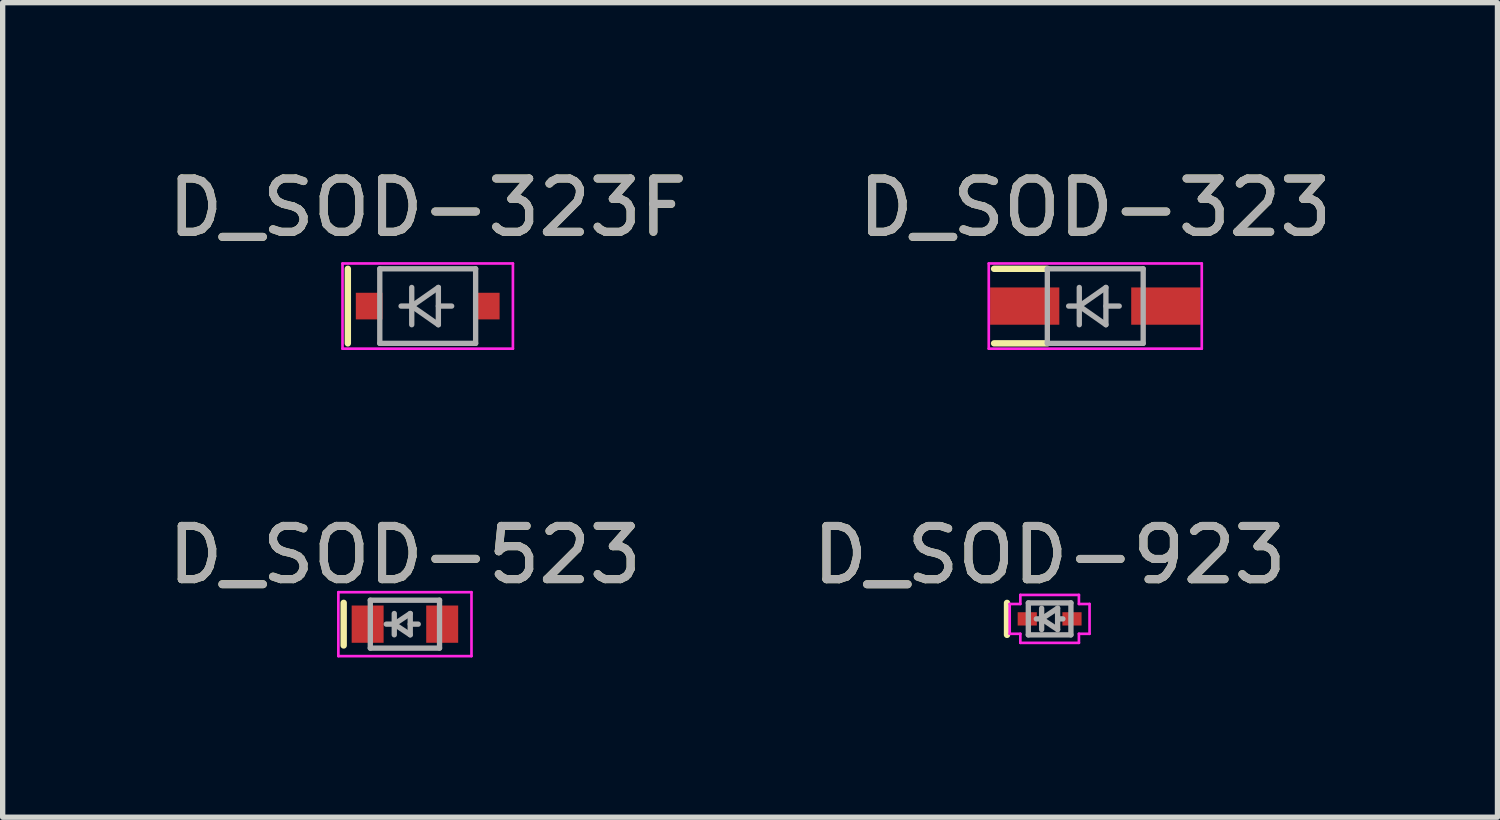
<source format=kicad_pcb>
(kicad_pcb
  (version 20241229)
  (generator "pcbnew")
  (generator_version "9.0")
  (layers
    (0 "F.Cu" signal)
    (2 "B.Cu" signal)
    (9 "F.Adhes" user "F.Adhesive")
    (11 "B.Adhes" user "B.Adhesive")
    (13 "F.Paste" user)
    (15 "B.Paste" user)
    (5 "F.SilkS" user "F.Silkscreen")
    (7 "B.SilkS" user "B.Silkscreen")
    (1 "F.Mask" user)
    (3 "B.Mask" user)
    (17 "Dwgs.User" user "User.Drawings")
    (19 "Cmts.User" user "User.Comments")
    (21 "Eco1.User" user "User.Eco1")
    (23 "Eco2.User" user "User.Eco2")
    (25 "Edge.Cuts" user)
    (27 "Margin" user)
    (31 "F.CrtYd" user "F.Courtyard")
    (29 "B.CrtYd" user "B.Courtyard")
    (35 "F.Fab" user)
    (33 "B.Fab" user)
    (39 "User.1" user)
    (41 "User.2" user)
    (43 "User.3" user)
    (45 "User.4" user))
  (footprint "D_SOD-523"
    (layer "F.Cu")
    (at 4.554 8.671)
    (property "Reference" "D_SOD-523" (at 0 -1.3 0) (layer "F.SilkS") (effects (font (size 1 1) (thickness 0.15))))
    (attr smd)
    (fp_line (start -1.15 -0.4) (end -1.15 0.4) (stroke (width 0.12) (type solid)) (layer "F.SilkS"))
    (fp_line (start -1.25 -0.6) (end 1.25 -0.6) (stroke (width 0.05) (type solid)) (layer "F.CrtYd"))
    (fp_line (start -1.25 0.6) (end -1.25 -0.6) (stroke (width 0.05) (type solid)) (layer "F.CrtYd"))
    (fp_line (start 1.25 -0.6) (end 1.25 0.6) (stroke (width 0.05) (type solid)) (layer "F.CrtYd"))
    (fp_line (start 1.25 0.6) (end -1.25 0.6) (stroke (width 0.05) (type solid)) (layer "F.CrtYd"))
    (fp_line (start -0.65 -0.45) (end 0.65 -0.45) (stroke (width 0.1) (type solid)) (layer "F.Fab"))
    (fp_line (start -0.65 0.45) (end -0.65 -0.45) (stroke (width 0.1) (type solid)) (layer "F.Fab"))
    (fp_line (start -0.2 0) (end -0.35 0) (stroke (width 0.1) (type solid)) (layer "F.Fab"))
    (fp_line (start -0.2 0) (end 0.1 0.2) (stroke (width 0.1) (type solid)) (layer "F.Fab"))
    (fp_line (start -0.2 0.2) (end -0.2 -0.2) (stroke (width 0.1) (type solid)) (layer "F.Fab"))
    (fp_line (start 0.1 -0.2) (end -0.2 0) (stroke (width 0.1) (type solid)) (layer "F.Fab"))
    (fp_line (start 0.1 0) (end 0.25 0) (stroke (width 0.1) (type solid)) (layer "F.Fab"))
    (fp_line (start 0.1 0.2) (end 0.1 -0.2) (stroke (width 0.1) (type solid)) (layer "F.Fab"))
    (fp_line (start 0.65 -0.45) (end 0.65 0.45) (stroke (width 0.1) (type solid)) (layer "F.Fab"))
    (fp_line (start 0.65 0.45) (end -0.65 0.45) (stroke (width 0.1) (type solid)) (layer "F.Fab"))
    (fp_text user "${REFERENCE}" (at 0 -1.3 0) (layer "F.Fab") (effects (font (size 1 1) (thickness 0.15))))
    (pad "1" smd rect (at -0.7 0 180) (size 0.6 0.7) (layers "F.Cu" "F.Mask" "F.Paste"))
    (pad "2" smd rect (at 0.7 0 180) (size 0.6 0.7) (layers "F.Cu" "F.Mask" "F.Paste")))
  (footprint "D_SOD-323F"
    (layer "F.Cu")
    (at 4.982 2.698)
    (property "Reference" "D_SOD-323F" (at 0 -1.85 0) (layer "F.SilkS") (effects (font (size 1 1) (thickness 0.15))))
    (attr smd)
    (fp_line (start -1.5 -0.7) (end -1.5 0.7) (stroke (width 0.12) (type solid)) (layer "F.SilkS"))
    (fp_line (start -1.6 -0.8) (end -1.6 0.8) (stroke (width 0.05) (type solid)) (layer "F.CrtYd"))
    (fp_line (start -1.6 -0.8) (end 1.6 -0.8) (stroke (width 0.05) (type solid)) (layer "F.CrtYd"))
    (fp_line (start -1.6 0.8) (end 1.6 0.8) (stroke (width 0.05) (type solid)) (layer "F.CrtYd"))
    (fp_line (start 1.6 -0.8) (end 1.6 0.8) (stroke (width 0.05) (type solid)) (layer "F.CrtYd"))
    (fp_line (start -0.9 -0.7) (end 0.9 -0.7) (stroke (width 0.1) (type solid)) (layer "F.Fab"))
    (fp_line (start -0.9 0.7) (end -0.9 -0.7) (stroke (width 0.1) (type solid)) (layer "F.Fab"))
    (fp_line (start -0.3 -0.35) (end -0.3 0.35) (stroke (width 0.1) (type solid)) (layer "F.Fab"))
    (fp_line (start -0.3 0) (end -0.5 0) (stroke (width 0.1) (type solid)) (layer "F.Fab"))
    (fp_line (start -0.3 0) (end 0.2 -0.35) (stroke (width 0.1) (type solid)) (layer "F.Fab"))
    (fp_line (start 0.2 -0.35) (end 0.2 0.35) (stroke (width 0.1) (type solid)) (layer "F.Fab"))
    (fp_line (start 0.2 0) (end 0.45 0) (stroke (width 0.1) (type solid)) (layer "F.Fab"))
    (fp_line (start 0.2 0.35) (end -0.3 0) (stroke (width 0.1) (type solid)) (layer "F.Fab"))
    (fp_line (start 0.9 -0.7) (end 0.9 0.7) (stroke (width 0.1) (type solid)) (layer "F.Fab"))
    (fp_line (start 0.9 0.7) (end -0.9 0.7) (stroke (width 0.1) (type solid)) (layer "F.Fab"))
    (fp_text user "${REFERENCE}" (at 0 -1.85 0) (layer "F.Fab") (effects (font (size 1 1) (thickness 0.15))))
    (pad "1" smd rect (at -1.1 0) (size 0.5 0.5) (layers "F.Cu" "F.Mask" "F.Paste"))
    (pad "2" smd rect (at 1.1 0) (size 0.5 0.5) (layers "F.Cu" "F.Mask" "F.Paste")))
  (footprint "D_SOD-923"
    (layer "F.Cu")
    (at 16.661 8.572)
    (property "Reference" "D_SOD-923" (at 0 -1.2 0) (layer "F.SilkS") (effects (font (size 1 1) (thickness 0.15))))
    (attr smd)
    (fp_line (start -0.8 -0.3) (end -0.8 0.3) (stroke (width 0.12) (type solid)) (layer "F.SilkS"))
    (fp_line (start -0.75 -0.28) (end -0.75 0.28) (stroke (width 0.05) (type solid)) (layer "F.CrtYd"))
    (fp_line (start -0.75 0.28) (end -0.55 0.28) (stroke (width 0.05) (type solid)) (layer "F.CrtYd"))
    (fp_line (start -0.55 -0.45) (end 0.55 -0.45) (stroke (width 0.05) (type solid)) (layer "F.CrtYd"))
    (fp_line (start -0.55 -0.28) (end -0.75 -0.28) (stroke (width 0.05) (type solid)) (layer "F.CrtYd"))
    (fp_line (start -0.55 -0.28) (end -0.55 -0.45) (stroke (width 0.05) (type solid)) (layer "F.CrtYd"))
    (fp_line (start -0.55 0.45) (end -0.55 0.28) (stroke (width 0.05) (type solid)) (layer "F.CrtYd"))
    (fp_line (start 0.55 -0.45) (end 0.55 -0.28) (stroke (width 0.05) (type solid)) (layer "F.CrtYd"))
    (fp_line (start 0.55 -0.28) (end 0.75 -0.28) (stroke (width 0.05) (type solid)) (layer "F.CrtYd"))
    (fp_line (start 0.55 0.28) (end 0.55 0.45) (stroke (width 0.05) (type solid)) (layer "F.CrtYd"))
    (fp_line (start 0.55 0.45) (end -0.55 0.45) (stroke (width 0.05) (type solid)) (layer "F.CrtYd"))
    (fp_line (start 0.75 -0.28) (end 0.75 0.28) (stroke (width 0.05) (type solid)) (layer "F.CrtYd"))
    (fp_line (start 0.75 0.28) (end 0.55 0.28) (stroke (width 0.05) (type solid)) (layer "F.CrtYd"))
    (fp_line (start -0.4 -0.3) (end 0.4 -0.3) (stroke (width 0.1) (type solid)) (layer "F.Fab"))
    (fp_line (start -0.4 0.3) (end -0.4 -0.3) (stroke (width 0.1) (type solid)) (layer "F.Fab"))
    (fp_line (start -0.15 0) (end -0.25 0) (stroke (width 0.1) (type solid)) (layer "F.Fab"))
    (fp_line (start -0.15 0) (end 0.15 0.2) (stroke (width 0.1) (type solid)) (layer "F.Fab"))
    (fp_line (start -0.15 0.2) (end -0.15 -0.2) (stroke (width 0.1) (type solid)) (layer "F.Fab"))
    (fp_line (start 0.15 -0.2) (end -0.15 0) (stroke (width 0.1) (type solid)) (layer "F.Fab"))
    (fp_line (start 0.15 0) (end 0.25 0) (stroke (width 0.1) (type solid)) (layer "F.Fab"))
    (fp_line (start 0.15 0.2) (end 0.15 -0.2) (stroke (width 0.1) (type solid)) (layer "F.Fab"))
    (fp_line (start 0.4 -0.3) (end 0.4 0.3) (stroke (width 0.1) (type solid)) (layer "F.Fab"))
    (fp_line (start 0.4 0.3) (end -0.4 0.3) (stroke (width 0.1) (type solid)) (layer "F.Fab"))
    (fp_text user "${REFERENCE}" (at 0 -1.2 0) (layer "F.Fab") (effects (font (size 1 1) (thickness 0.15))))
    (pad "1" smd rect (at -0.42 0 180) (size 0.36 0.25) (layers "F.Cu" "F.Mask" "F.Paste"))
    (pad "2" smd rect (at 0.42 0 180) (size 0.36 0.25) (layers "F.Cu" "F.Mask" "F.Paste")))
  (footprint "D_SOD-323"
    (layer "F.Cu")
    (at 17.518 2.698)
    (property "Reference" "D_SOD-323" (at 0 -1.85 0) (layer "F.SilkS") (effects (font (size 1 1) (thickness 0.15))))
    (attr smd)
    (fp_line (start -1.9 -0.7) (end -0.9 -0.7) (stroke (width 0.12) (type solid)) (layer "F.SilkS"))
    (fp_line (start -1.9 0.7) (end -0.9 0.7) (stroke (width 0.12) (type solid)) (layer "F.SilkS"))
    (fp_line (start -2 -0.8) (end -2 0.8) (stroke (width 0.05) (type solid)) (layer "F.CrtYd"))
    (fp_line (start -2 -0.8) (end 2 -0.8) (stroke (width 0.05) (type solid)) (layer "F.CrtYd"))
    (fp_line (start -2 0.8) (end 2 0.8) (stroke (width 0.05) (type solid)) (layer "F.CrtYd"))
    (fp_line (start 2 -0.8) (end 2 0.8) (stroke (width 0.05) (type solid)) (layer "F.CrtYd"))
    (fp_line (start -0.9 -0.7) (end 0.9 -0.7) (stroke (width 0.1) (type solid)) (layer "F.Fab"))
    (fp_line (start -0.9 0.7) (end -0.9 -0.7) (stroke (width 0.1) (type solid)) (layer "F.Fab"))
    (fp_line (start -0.3 -0.35) (end -0.3 0.35) (stroke (width 0.1) (type solid)) (layer "F.Fab"))
    (fp_line (start -0.3 0) (end -0.5 0) (stroke (width 0.1) (type solid)) (layer "F.Fab"))
    (fp_line (start -0.3 0) (end 0.2 -0.35) (stroke (width 0.1) (type solid)) (layer "F.Fab"))
    (fp_line (start 0.2 -0.35) (end 0.2 0.35) (stroke (width 0.1) (type solid)) (layer "F.Fab"))
    (fp_line (start 0.2 0) (end 0.45 0) (stroke (width 0.1) (type solid)) (layer "F.Fab"))
    (fp_line (start 0.2 0.35) (end -0.3 0) (stroke (width 0.1) (type solid)) (layer "F.Fab"))
    (fp_line (start 0.9 -0.7) (end 0.9 0.7) (stroke (width 0.1) (type solid)) (layer "F.Fab"))
    (fp_line (start 0.9 0.7) (end -0.9 0.7) (stroke (width 0.1) (type solid)) (layer "F.Fab"))
    (fp_text user "${REFERENCE}" (at 0 -1.85 0) (layer "F.Fab") (effects (font (size 1 1) (thickness 0.15))))
    (pad "1" smd rect (at -1.325 0) (size 1.3 0.7) (layers "F.Cu" "F.Mask" "F.Paste"))
    (pad "2" smd rect (at 1.325 0) (size 1.3 0.7) (layers "F.Cu" "F.Mask" "F.Paste")))
  (gr_rect
    (start -3 -3)
    (end 25.071 12.296)
    (stroke (width 0.1) (type default))
    (fill no)
    (layer "Edge.Cuts")))
</source>
